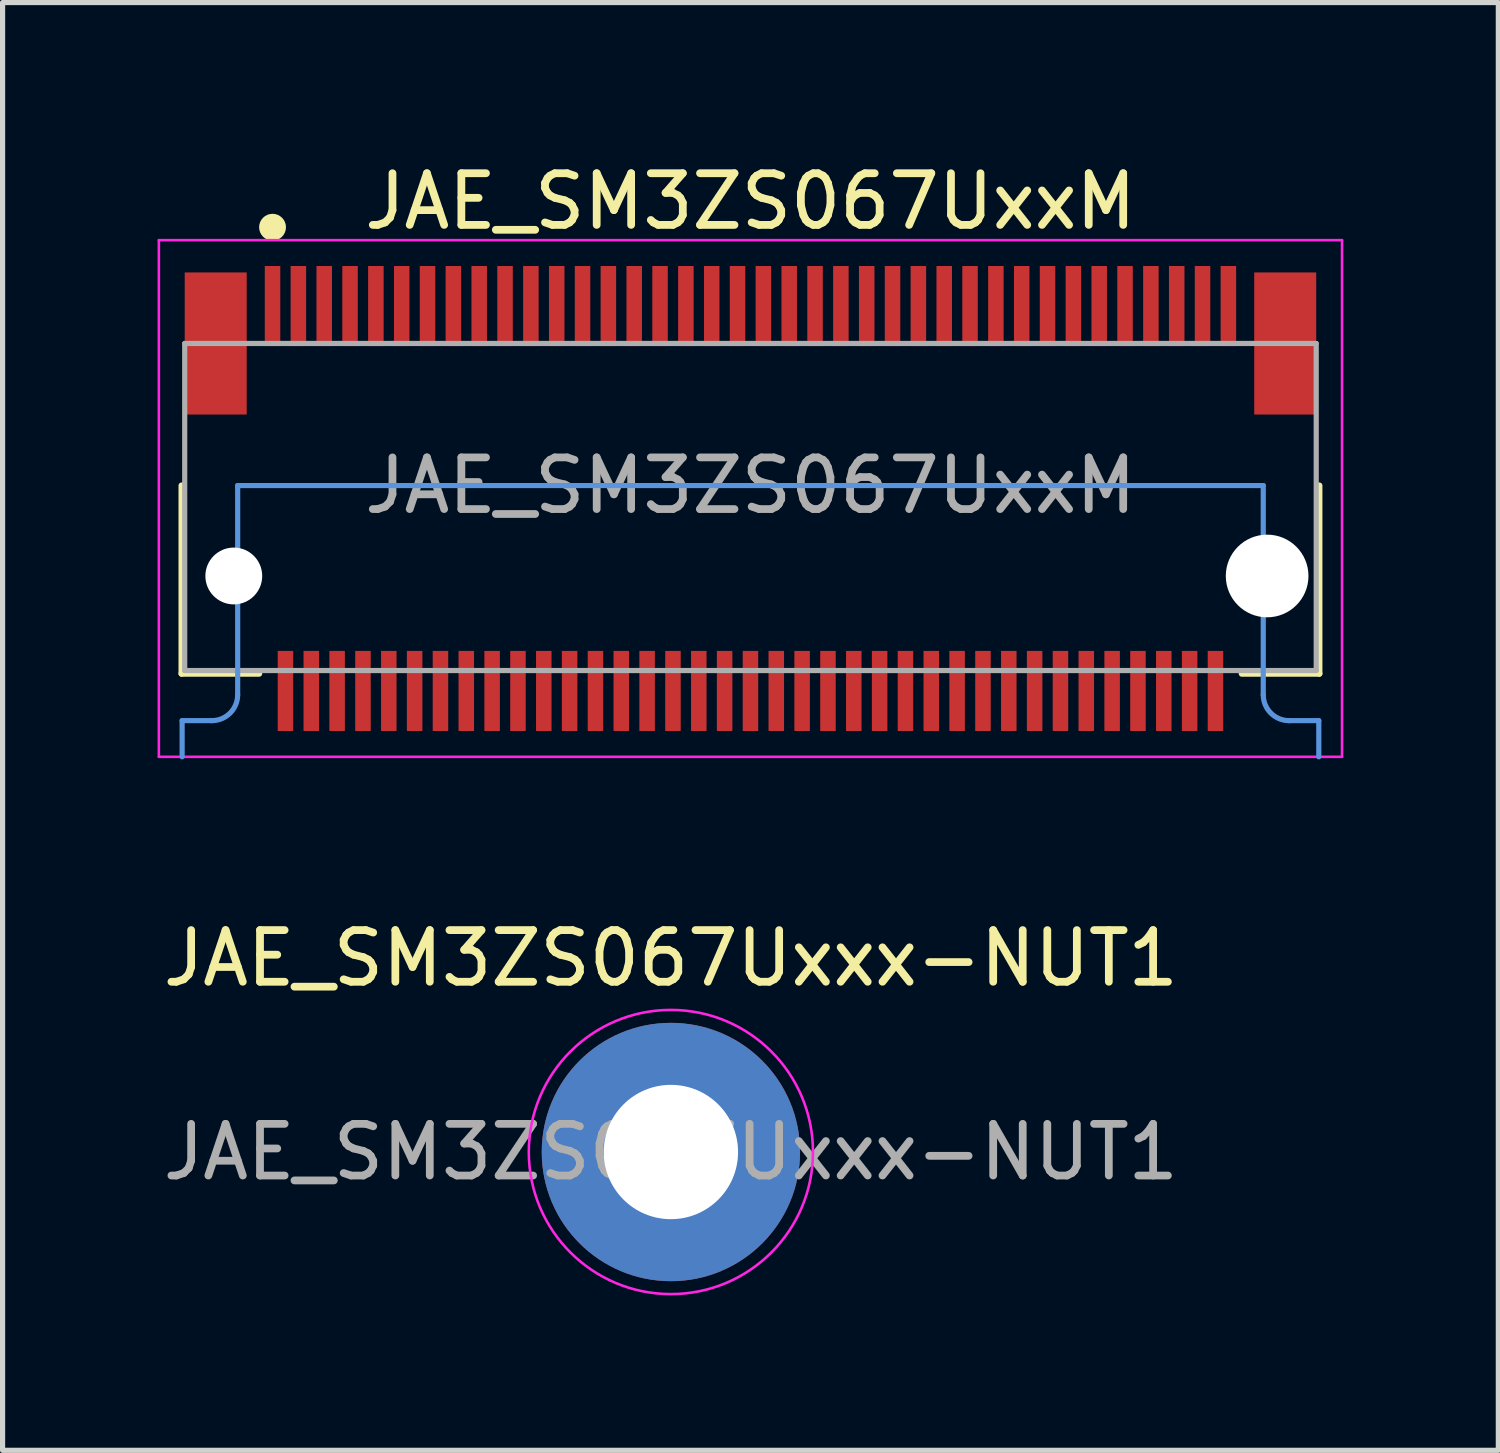
<source format=kicad_pcb>
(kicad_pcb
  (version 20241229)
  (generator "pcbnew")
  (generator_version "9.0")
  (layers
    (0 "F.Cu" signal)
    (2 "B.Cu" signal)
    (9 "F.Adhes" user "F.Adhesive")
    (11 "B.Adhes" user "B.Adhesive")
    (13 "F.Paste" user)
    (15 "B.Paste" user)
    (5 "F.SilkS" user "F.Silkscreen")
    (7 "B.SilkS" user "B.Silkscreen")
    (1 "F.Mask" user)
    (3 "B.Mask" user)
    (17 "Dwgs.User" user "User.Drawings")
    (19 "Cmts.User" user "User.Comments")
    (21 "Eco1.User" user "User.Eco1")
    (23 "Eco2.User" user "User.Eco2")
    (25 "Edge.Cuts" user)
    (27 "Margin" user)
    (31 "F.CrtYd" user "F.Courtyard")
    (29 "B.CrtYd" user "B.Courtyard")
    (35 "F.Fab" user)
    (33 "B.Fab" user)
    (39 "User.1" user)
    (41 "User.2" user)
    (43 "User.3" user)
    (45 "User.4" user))
  (footprint "JAE_SM3ZS067Uxxx-NUT1"
    (layer "F.Cu")
    (at 9.935 19.247)
    (property "Reference" "JAE_SM3ZS067Uxxx-NUT1" (at 0 -3.75 0) (unlocked yes) (layer "F.SilkS") (effects (font (size 1 1) (thickness 0.15))))
    (attr smd)
    (fp_poly (pts (arc (start -2.495496 0.15) (mid -1.767839 1.767839) (end -0.15 2.495496)) (arc (start -0.15 1.492481) (mid -1.060849 1.060849) (end -1.492481 0.15))) (stroke (width 0.001) (type solid)) (fill yes) (layer "F.Paste"))
    (fp_poly (pts (arc (start -0.15 -2.495496) (mid -1.767839 -1.767839) (end -2.495496 -0.15)) (arc (start -1.492481 -0.15) (mid -1.060849 -1.060849) (end -0.15 -1.492481))) (stroke (width 0.001) (type solid)) (fill yes) (layer "F.Paste"))
    (fp_poly (pts (arc (start 0.15 2.495496) (mid 1.767839 1.767839) (end 2.495496 0.15)) (arc (start 1.492481 0.15) (mid 1.060849 1.060849) (end 0.15 1.492481))) (stroke (width 0.001) (type solid)) (fill yes) (layer "F.Paste"))
    (fp_poly (pts (arc (start 2.495496 -0.15) (mid 1.767839 -1.767839) (end 0.15 -2.495496)) (arc (start 0.15 -1.492481) (mid 1.060849 -1.060849) (end 1.492481 -0.15))) (stroke (width 0.001) (type solid)) (fill yes) (layer "F.Paste"))
    (fp_circle (center 0 0) (end 2.75 0) (stroke (width 0.05) (type default)) (fill no) (layer "F.CrtYd"))
    (fp_text user "${REFERENCE}" (at 0 0 0) (unlocked yes) (layer "F.Fab") (effects (font (size 1 1) (thickness 0.15))))
    (pad "1" thru_hole circle (at 0 0) (size 5 5) (drill 2.6) (layers "*.Cu" "*.Mask")))
  (footprint "JAE_SM3ZS067UxxM"
    (layer "F.Cu")
    (at 11.475 6.348)
    (property "Reference" "JAE_SM3ZS067UxxM" (at 0 -5.5 0) (unlocked yes) (layer "F.SilkS") (effects (font (size 1 1) (thickness 0.15))))
    (attr smd)
    (fp_line (start -11.01 0) (end -11.01 3.64) (stroke (width 0.12) (type solid)) (layer "F.SilkS"))
    (fp_line (start -11.01 3.64) (end -9.51 3.64) (stroke (width 0.12) (type solid)) (layer "F.SilkS"))
    (fp_line (start 11.01 0) (end 11.01 3.64) (stroke (width 0.12) (type solid)) (layer "F.SilkS"))
    (fp_line (start 11.01 3.64) (end 9.51 3.64) (stroke (width 0.12) (type solid)) (layer "F.SilkS"))
    (fp_circle (center -9.25 -5) (end -9.05 -5) (stroke (width 0.12) (type solid)) (fill yes) (layer "F.SilkS"))
    (fp_line (start -11 4.55) (end -11 5.25) (stroke (width 0.1) (type solid)) (layer "Cmts.User"))
    (fp_line (start -10.425 4.55) (end -11 4.55) (stroke (width 0.1) (type solid)) (layer "Cmts.User"))
    (fp_line (start -9.925 0) (end -9.925 4.05) (stroke (width 0.1) (type solid)) (layer "Cmts.User"))
    (fp_line (start -9.925 0) (end 9.925 0) (stroke (width 0.1) (type solid)) (layer "Cmts.User"))
    (fp_line (start 9.925 0) (end 9.925 4.05) (stroke (width 0.1) (type solid)) (layer "Cmts.User"))
    (fp_line (start 11 4.55) (end 10.425 4.55) (stroke (width 0.1) (type solid)) (layer "Cmts.User"))
    (fp_line (start 11 4.55) (end 11 5.25) (stroke (width 0.1) (type solid)) (layer "Cmts.User"))
    (fp_arc (start -9.925 4.05) (mid -10.071447 4.403553) (end -10.425 4.55) (stroke (width 0.1) (type solid)) (layer "Cmts.User"))
    (fp_arc (start 10.425 4.55) (mid 10.071447 4.403553) (end 9.925 4.05) (stroke (width 0.1) (type solid)) (layer "Cmts.User"))
    (fp_line (start -11.45 -4.75) (end 11.45 -4.75) (stroke (width 0.05) (type solid)) (layer "F.CrtYd"))
    (fp_line (start -11.45 5.25) (end -11.45 -4.75) (stroke (width 0.05) (type solid)) (layer "F.CrtYd"))
    (fp_line (start 11.45 5.25) (end -11.45 5.25) (stroke (width 0.05) (type solid)) (layer "F.CrtYd"))
    (fp_line (start 11.45 5.25) (end 11.45 -4.75) (stroke (width 0.05) (type solid)) (layer "F.CrtYd"))
    (fp_line (start -10.95 -2.75) (end -10.95 3.58) (stroke (width 0.1) (type solid)) (layer "F.Fab"))
    (fp_line (start 10.95 -2.75) (end -10.95 -2.75) (stroke (width 0.1) (type solid)) (layer "F.Fab"))
    (fp_line (start 10.95 3.58) (end -10.95 3.58) (stroke (width 0.1) (type solid)) (layer "F.Fab"))
    (fp_line (start 10.95 3.58) (end 10.95 -2.75) (stroke (width 0.1) (type solid)) (layer "F.Fab"))
    (fp_text user "${REFERENCE}" (at 0 0 0) (unlocked yes) (layer "F.Fab") (effects (font (size 1 1) (thickness 0.15))))
    (pad "" np_thru_hole circle (at -10 1.75) (size 1.1 1.1) (drill 1.1) (layers "*.Cu" "*.Mask"))
    (pad "" np_thru_hole circle (at 10 1.75) (size 1.6 1.6) (drill 1.6) (layers "*.Cu" "*.Mask"))
    (pad "1" smd rect (at -9.25 -3.475) (size 0.3 1.55) (layers "F.Cu" "F.Mask" "F.Paste"))
    (pad "2" smd rect (at -9 3.975) (size 0.3 1.55) (layers "F.Cu" "F.Mask" "F.Paste"))
    (pad "3" smd rect (at -8.75 -3.475) (size 0.3 1.55) (layers "F.Cu" "F.Mask" "F.Paste"))
    (pad "4" smd rect (at -8.5 3.975) (size 0.3 1.55) (layers "F.Cu" "F.Mask" "F.Paste"))
    (pad "5" smd rect (at -8.25 -3.475) (size 0.3 1.55) (layers "F.Cu" "F.Mask" "F.Paste"))
    (pad "6" smd rect (at -8 3.975) (size 0.3 1.55) (layers "F.Cu" "F.Mask" "F.Paste"))
    (pad "7" smd rect (at -7.75 -3.475) (size 0.3 1.55) (layers "F.Cu" "F.Mask" "F.Paste"))
    (pad "8" smd rect (at -7.5 3.975) (size 0.3 1.55) (layers "F.Cu" "F.Mask" "F.Paste"))
    (pad "9" smd rect (at -7.25 -3.475) (size 0.3 1.55) (layers "F.Cu" "F.Mask" "F.Paste"))
    (pad "10" smd rect (at -7 3.975) (size 0.3 1.55) (layers "F.Cu" "F.Mask" "F.Paste"))
    (pad "11" smd rect (at -6.75 -3.475) (size 0.3 1.55) (layers "F.Cu" "F.Mask" "F.Paste"))
    (pad "12" smd rect (at -6.5 3.975) (size 0.3 1.55) (layers "F.Cu" "F.Mask" "F.Paste"))
    (pad "13" smd rect (at -6.25 -3.475) (size 0.3 1.55) (layers "F.Cu" "F.Mask" "F.Paste"))
    (pad "14" smd rect (at -6 3.975) (size 0.3 1.55) (layers "F.Cu" "F.Mask" "F.Paste"))
    (pad "15" smd rect (at -5.75 -3.475) (size 0.3 1.55) (layers "F.Cu" "F.Mask" "F.Paste"))
    (pad "16" smd rect (at -5.5 3.975) (size 0.3 1.55) (layers "F.Cu" "F.Mask" "F.Paste"))
    (pad "17" smd rect (at -5.25 -3.475) (size 0.3 1.55) (layers "F.Cu" "F.Mask" "F.Paste"))
    (pad "18" smd rect (at -5 3.975) (size 0.3 1.55) (layers "F.Cu" "F.Mask" "F.Paste"))
    (pad "19" smd rect (at -4.75 -3.475) (size 0.3 1.55) (layers "F.Cu" "F.Mask" "F.Paste"))
    (pad "20" smd rect (at -4.5 3.975) (size 0.3 1.55) (layers "F.Cu" "F.Mask" "F.Paste"))
    (pad "21" smd rect (at -4.25 -3.475) (size 0.3 1.55) (layers "F.Cu" "F.Mask" "F.Paste"))
    (pad "22" smd rect (at -4 3.975) (size 0.3 1.55) (layers "F.Cu" "F.Mask" "F.Paste"))
    (pad "23" smd rect (at -3.75 -3.475) (size 0.3 1.55) (layers "F.Cu" "F.Mask" "F.Paste"))
    (pad "24" smd rect (at -3.5 3.975) (size 0.3 1.55) (layers "F.Cu" "F.Mask" "F.Paste"))
    (pad "25" smd rect (at -3.25 -3.475) (size 0.3 1.55) (layers "F.Cu" "F.Mask" "F.Paste"))
    (pad "26" smd rect (at -3 3.975) (size 0.3 1.55) (layers "F.Cu" "F.Mask" "F.Paste"))
    (pad "27" smd rect (at -2.75 -3.475) (size 0.3 1.55) (layers "F.Cu" "F.Mask" "F.Paste"))
    (pad "28" smd rect (at -2.5 3.975) (size 0.3 1.55) (layers "F.Cu" "F.Mask" "F.Paste"))
    (pad "29" smd rect (at -2.25 -3.475) (size 0.3 1.55) (layers "F.Cu" "F.Mask" "F.Paste"))
    (pad "30" smd rect (at -2 3.975) (size 0.3 1.55) (layers "F.Cu" "F.Mask" "F.Paste"))
    (pad "31" smd rect (at -1.75 -3.475) (size 0.3 1.55) (layers "F.Cu" "F.Mask" "F.Paste"))
    (pad "32" smd rect (at -1.5 3.975) (size 0.3 1.55) (layers "F.Cu" "F.Mask" "F.Paste"))
    (pad "33" smd rect (at -1.25 -3.475) (size 0.3 1.55) (layers "F.Cu" "F.Mask" "F.Paste"))
    (pad "34" smd rect (at -1 3.975) (size 0.3 1.55) (layers "F.Cu" "F.Mask" "F.Paste"))
    (pad "35" smd rect (at -0.75 -3.475) (size 0.3 1.55) (layers "F.Cu" "F.Mask" "F.Paste"))
    (pad "36" smd rect (at -0.5 3.975) (size 0.3 1.55) (layers "F.Cu" "F.Mask" "F.Paste"))
    (pad "37" smd rect (at -0.25 -3.475) (size 0.3 1.55) (layers "F.Cu" "F.Mask" "F.Paste"))
    (pad "38" smd rect (at 0 3.975) (size 0.3 1.55) (layers "F.Cu" "F.Mask" "F.Paste"))
    (pad "39" smd rect (at 0.25 -3.475) (size 0.3 1.55) (layers "F.Cu" "F.Mask" "F.Paste"))
    (pad "40" smd rect (at 0.5 3.975) (size 0.3 1.55) (layers "F.Cu" "F.Mask" "F.Paste"))
    (pad "41" smd rect (at 0.75 -3.475) (size 0.3 1.55) (layers "F.Cu" "F.Mask" "F.Paste"))
    (pad "42" smd rect (at 1 3.975) (size 0.3 1.55) (layers "F.Cu" "F.Mask" "F.Paste"))
    (pad "43" smd rect (at 1.25 -3.475) (size 0.3 1.55) (layers "F.Cu" "F.Mask" "F.Paste"))
    (pad "44" smd rect (at 1.5 3.975) (size 0.3 1.55) (layers "F.Cu" "F.Mask" "F.Paste"))
    (pad "45" smd rect (at 1.75 -3.475) (size 0.3 1.55) (layers "F.Cu" "F.Mask" "F.Paste"))
    (pad "46" smd rect (at 2 3.975) (size 0.3 1.55) (layers "F.Cu" "F.Mask" "F.Paste"))
    (pad "47" smd rect (at 2.25 -3.475) (size 0.3 1.55) (layers "F.Cu" "F.Mask" "F.Paste"))
    (pad "48" smd rect (at 2.5 3.975) (size 0.3 1.55) (layers "F.Cu" "F.Mask" "F.Paste"))
    (pad "49" smd rect (at 2.75 -3.475) (size 0.3 1.55) (layers "F.Cu" "F.Mask" "F.Paste"))
    (pad "50" smd rect (at 3 3.975) (size 0.3 1.55) (layers "F.Cu" "F.Mask" "F.Paste"))
    (pad "51" smd rect (at 3.25 -3.475) (size 0.3 1.55) (layers "F.Cu" "F.Mask" "F.Paste"))
    (pad "52" smd rect (at 3.5 3.975) (size 0.3 1.55) (layers "F.Cu" "F.Mask" "F.Paste"))
    (pad "53" smd rect (at 3.75 -3.475) (size 0.3 1.55) (layers "F.Cu" "F.Mask" "F.Paste"))
    (pad "54" smd rect (at 4 3.975) (size 0.3 1.55) (layers "F.Cu" "F.Mask" "F.Paste"))
    (pad "55" smd rect (at 4.25 -3.475) (size 0.3 1.55) (layers "F.Cu" "F.Mask" "F.Paste"))
    (pad "56" smd rect (at 4.5 3.975) (size 0.3 1.55) (layers "F.Cu" "F.Mask" "F.Paste"))
    (pad "57" smd rect (at 4.75 -3.475) (size 0.3 1.55) (layers "F.Cu" "F.Mask" "F.Paste"))
    (pad "58" smd rect (at 5 3.975) (size 0.3 1.55) (layers "F.Cu" "F.Mask" "F.Paste"))
    (pad "59" smd rect (at 5.25 -3.475) (size 0.3 1.55) (layers "F.Cu" "F.Mask" "F.Paste"))
    (pad "60" smd rect (at 5.5 3.975) (size 0.3 1.55) (layers "F.Cu" "F.Mask" "F.Paste"))
    (pad "61" smd rect (at 5.75 -3.475) (size 0.3 1.55) (layers "F.Cu" "F.Mask" "F.Paste"))
    (pad "62" smd rect (at 6 3.975) (size 0.3 1.55) (layers "F.Cu" "F.Mask" "F.Paste"))
    (pad "63" smd rect (at 6.25 -3.475) (size 0.3 1.55) (layers "F.Cu" "F.Mask" "F.Paste"))
    (pad "64" smd rect (at 6.5 3.975) (size 0.3 1.55) (layers "F.Cu" "F.Mask" "F.Paste"))
    (pad "65" smd rect (at 6.75 -3.475) (size 0.3 1.55) (layers "F.Cu" "F.Mask" "F.Paste"))
    (pad "66" smd rect (at 7 3.975) (size 0.3 1.55) (layers "F.Cu" "F.Mask" "F.Paste"))
    (pad "67" smd rect (at 7.25 -3.475) (size 0.3 1.55) (layers "F.Cu" "F.Mask" "F.Paste"))
    (pad "68" smd rect (at 7.5 3.975) (size 0.3 1.55) (layers "F.Cu" "F.Mask" "F.Paste"))
    (pad "69" smd rect (at 7.75 -3.475) (size 0.3 1.55) (layers "F.Cu" "F.Mask" "F.Paste"))
    (pad "70" smd rect (at 8 3.975) (size 0.3 1.55) (layers "F.Cu" "F.Mask" "F.Paste"))
    (pad "71" smd rect (at 8.25 -3.475) (size 0.3 1.55) (layers "F.Cu" "F.Mask" "F.Paste"))
    (pad "72" smd rect (at 8.5 3.975) (size 0.3 1.55) (layers "F.Cu" "F.Mask" "F.Paste"))
    (pad "73" smd rect (at 8.75 -3.475) (size 0.3 1.55) (layers "F.Cu" "F.Mask" "F.Paste"))
    (pad "74" smd rect (at 9 3.975) (size 0.3 1.55) (layers "F.Cu" "F.Mask" "F.Paste"))
    (pad "75" smd rect (at 9.25 -3.475) (size 0.3 1.55) (layers "F.Cu" "F.Mask" "F.Paste"))
    (pad "MP" smd rect (at -10.35 -2.75) (size 1.2 2.75) (layers "F.Cu" "F.Mask" "F.Paste"))
    (pad "MP" smd rect (at 10.35 -2.75) (size 1.2 2.75) (layers "F.Cu" "F.Mask" "F.Paste")))
  (gr_rect
    (start -3 -3)
    (end 25.95 25.021)
    (stroke (width 0.1) (type default))
    (fill no)
    (layer "Edge.Cuts")))
</source>
